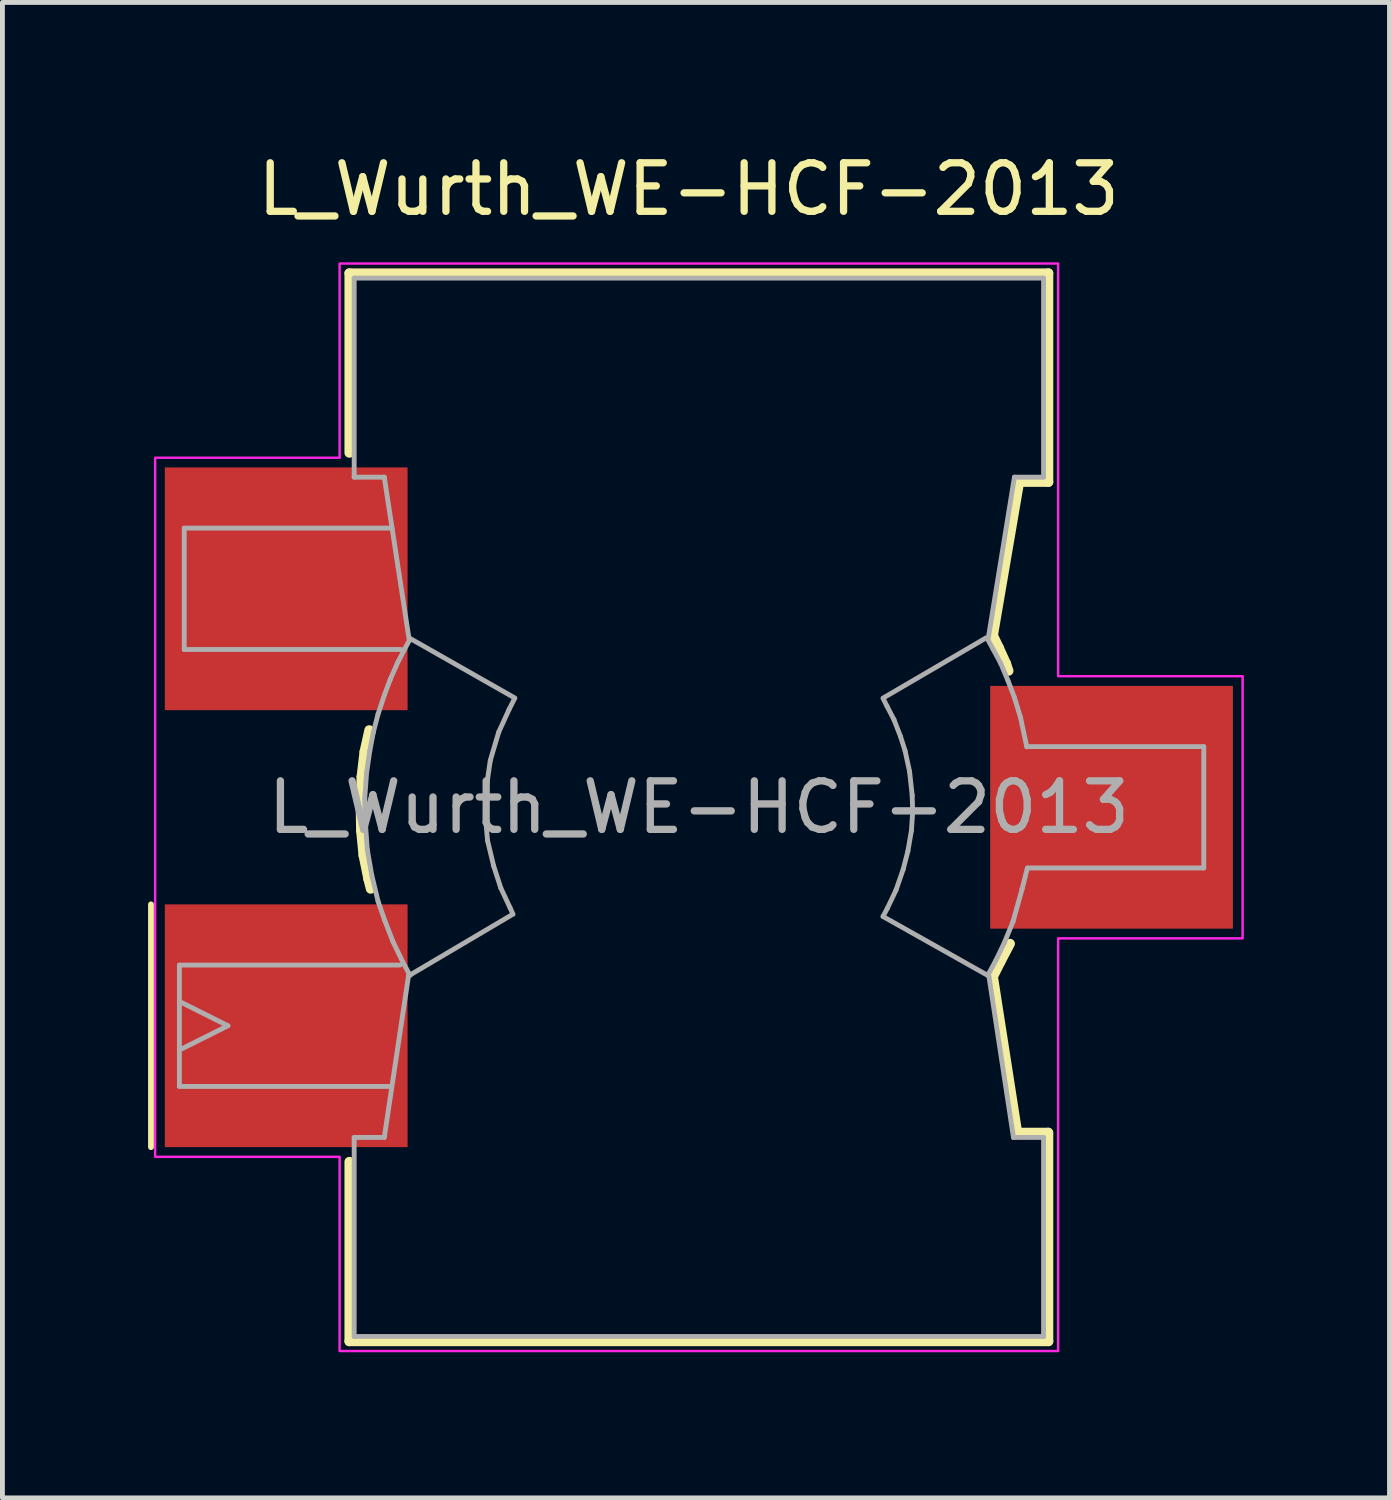
<source format=kicad_pcb>
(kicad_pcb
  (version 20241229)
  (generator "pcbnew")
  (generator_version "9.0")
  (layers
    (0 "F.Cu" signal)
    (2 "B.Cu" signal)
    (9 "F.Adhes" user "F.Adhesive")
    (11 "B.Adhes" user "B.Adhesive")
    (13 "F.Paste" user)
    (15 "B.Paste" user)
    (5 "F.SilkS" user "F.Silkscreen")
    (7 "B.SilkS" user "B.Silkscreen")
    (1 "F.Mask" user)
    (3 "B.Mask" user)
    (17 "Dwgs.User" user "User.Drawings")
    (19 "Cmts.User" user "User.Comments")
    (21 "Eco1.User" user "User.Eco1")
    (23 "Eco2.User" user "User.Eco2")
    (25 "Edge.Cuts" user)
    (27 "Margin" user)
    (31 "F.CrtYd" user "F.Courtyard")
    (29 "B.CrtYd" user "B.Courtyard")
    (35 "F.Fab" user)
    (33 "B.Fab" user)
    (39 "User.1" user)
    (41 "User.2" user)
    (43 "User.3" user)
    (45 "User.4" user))
  (footprint "L_Wurth_WE-HCF-2013"
    (layer "F.Cu")
    (at 11.345 13.578)
    (property "Reference" "L_Wurth_WE-HCF-2013" (at -0.21 -12.73 0) (layer "F.SilkS") (effects (font (size 1 1) (thickness 0.15))))
    (attr smd)
    (fp_line (start -11.285 2) (end -11.285 7) (stroke (width 0.12) (type default)) (layer "F.SilkS"))
    (fp_line (start -7.2 -11) (end -7.2 -7.3) (stroke (width 0.2) (type solid)) (layer "F.SilkS"))
    (fp_line (start -7.2 11) (end -7.2 7.3) (stroke (width 0.2) (type solid)) (layer "F.SilkS"))
    (fp_line (start -6.97 -0.05) (end -6.96 0.48) (stroke (width 0.2) (type solid)) (layer "F.SilkS"))
    (fp_line (start -6.96 0.48) (end -6.91 0.99) (stroke (width 0.2) (type solid)) (layer "F.SilkS"))
    (fp_line (start -6.95 -0.63) (end -6.97 -0.05) (stroke (width 0.2) (type solid)) (layer "F.SilkS"))
    (fp_line (start -6.91 0.99) (end -6.81 1.48) (stroke (width 0.2) (type solid)) (layer "F.SilkS"))
    (fp_line (start -6.89 -1.14) (end -6.95 -0.63) (stroke (width 0.2) (type solid)) (layer "F.SilkS"))
    (fp_line (start -6.81 1.48) (end -6.76 1.68) (stroke (width 0.2) (type solid)) (layer "F.SilkS"))
    (fp_line (start -6.79 -1.59) (end -6.89 -1.14) (stroke (width 0.2) (type solid)) (layer "F.SilkS"))
    (fp_line (start 6.06 -3.54) (end 6.18 -3.29) (stroke (width 0.2) (type solid)) (layer "F.SilkS"))
    (fp_line (start 6.06 3.49) (end 6.21 3.19) (stroke (width 0.2) (type solid)) (layer "F.SilkS"))
    (fp_line (start 6.18 -3.29) (end 6.33 -2.96) (stroke (width 0.2) (type solid)) (layer "F.SilkS"))
    (fp_line (start 6.21 3.19) (end 6.41 2.81) (stroke (width 0.2) (type solid)) (layer "F.SilkS"))
    (fp_line (start 6.33 -2.96) (end 6.38 -2.81) (stroke (width 0.2) (type solid)) (layer "F.SilkS"))
    (fp_line (start 6.56 6.7) (end 6.06 3.49) (stroke (width 0.2) (type solid)) (layer "F.SilkS"))
    (fp_line (start 6.6 -6.7) (end 6.06 -3.54) (stroke (width 0.2) (type solid)) (layer "F.SilkS"))
    (fp_line (start 7.19 6.7) (end 6.58 6.7) (stroke (width 0.2) (type solid)) (layer "F.SilkS"))
    (fp_line (start 7.2 -11) (end -7.2 -11) (stroke (width 0.2) (type solid)) (layer "F.SilkS"))
    (fp_line (start 7.2 -6.7) (end 6.6 -6.7) (stroke (width 0.2) (type solid)) (layer "F.SilkS"))
    (fp_line (start 7.2 -6.7) (end 7.2 -11) (stroke (width 0.2) (type solid)) (layer "F.SilkS"))
    (fp_line (start 7.2 6.7) (end 7.2 11) (stroke (width 0.2) (type solid)) (layer "F.SilkS"))
    (fp_line (start 7.2 11) (end -7.2 11) (stroke (width 0.2) (type solid)) (layer "F.SilkS"))
    (fp_poly (pts (xy 11.2 -2.7) (xy 11.2 2.7) (xy 7.4 2.7) (xy 7.4 11.2) (xy -7.4 11.2) (xy -7.4 7.2) (xy -11.2 7.2) (xy -11.2 -7.2) (xy -7.4 -7.2) (xy -7.4 -11.2) (xy 7.4 -11.2) (xy 7.4 -2.7)) (stroke (width 0.05) (type solid)) (fill no) (layer "F.CrtYd"))
    (fp_line (start -10.7 3.25) (end -10.7 5.75) (stroke (width 0.1) (type solid)) (layer "F.Fab"))
    (fp_line (start -10.7 4) (end -9.7 4.5) (stroke (width 0.1) (type default)) (layer "F.Fab"))
    (fp_line (start -10.7 5.75) (end -6.33 5.75) (stroke (width 0.1) (type solid)) (layer "F.Fab"))
    (fp_line (start -10.6 -5.75) (end -10.6 -3.25) (stroke (width 0.1) (type solid)) (layer "F.Fab"))
    (fp_line (start -10.6 -3.25) (end -6.14 -3.25) (stroke (width 0.1) (type solid)) (layer "F.Fab"))
    (fp_line (start -9.7 4.5) (end -10.7 5) (stroke (width 0.1) (type default)) (layer "F.Fab"))
    (fp_line (start -7.1 -10.9) (end -7.1 -6.8) (stroke (width 0.1) (type solid)) (layer "F.Fab"))
    (fp_line (start -7.1 6.8) (end -7.1 10.9) (stroke (width 0.1) (type solid)) (layer "F.Fab"))
    (fp_line (start -7.1 10.9) (end 7.1 10.9) (stroke (width 0.1) (type solid)) (layer "F.Fab"))
    (fp_line (start -6.882 -0.186) (end -6.874 0.252) (stroke (width 0.1) (type solid)) (layer "F.Fab"))
    (fp_line (start -6.874 0.252) (end -6.829 0.876) (stroke (width 0.1) (type solid)) (layer "F.Fab"))
    (fp_line (start -6.845 -0.703) (end -6.882 -0.186) (stroke (width 0.1) (type solid)) (layer "F.Fab"))
    (fp_line (start -6.829 0.876) (end -6.738 1.395) (stroke (width 0.1) (type solid)) (layer "F.Fab"))
    (fp_line (start -6.779 -1.158) (end -6.845 -0.703) (stroke (width 0.1) (type solid)) (layer "F.Fab"))
    (fp_line (start -6.738 1.395) (end -6.608 1.937) (stroke (width 0.1) (type solid)) (layer "F.Fab"))
    (fp_line (start -6.706 -1.541) (end -6.779 -1.158) (stroke (width 0.1) (type solid)) (layer "F.Fab"))
    (fp_line (start -6.609 -1.916) (end -6.706 -1.541) (stroke (width 0.1) (type solid)) (layer "F.Fab"))
    (fp_line (start -6.608 1.937) (end -6.467 2.34) (stroke (width 0.1) (type solid)) (layer "F.Fab"))
    (fp_line (start -6.48 -6.8) (end -7.1 -6.8) (stroke (width 0.1) (type solid)) (layer "F.Fab"))
    (fp_line (start -6.48 -6.8) (end -5.97 -3.47) (stroke (width 0.1) (type solid)) (layer "F.Fab"))
    (fp_line (start -6.48 6.8) (end -7.1 6.8) (stroke (width 0.1) (type solid)) (layer "F.Fab"))
    (fp_line (start -6.48 6.8) (end -5.976 3.442) (stroke (width 0.1) (type solid)) (layer "F.Fab"))
    (fp_line (start -6.475 -2.32) (end -6.609 -1.916) (stroke (width 0.1) (type solid)) (layer "F.Fab"))
    (fp_line (start -6.467 2.34) (end -6.303 2.762) (stroke (width 0.1) (type solid)) (layer "F.Fab"))
    (fp_line (start -6.357 -2.635) (end -6.475 -2.32) (stroke (width 0.1) (type solid)) (layer "F.Fab"))
    (fp_line (start -6.32 -5.75) (end -10.6 -5.75) (stroke (width 0.1) (type solid)) (layer "F.Fab"))
    (fp_line (start -6.303 2.762) (end -6.101 3.182) (stroke (width 0.1) (type solid)) (layer "F.Fab"))
    (fp_line (start -6.197 -2.995) (end -6.357 -2.635) (stroke (width 0.1) (type solid)) (layer "F.Fab"))
    (fp_line (start -6.157 3.25) (end -10.7 3.25) (stroke (width 0.1) (type solid)) (layer "F.Fab"))
    (fp_line (start -6.101 3.182) (end -5.949 3.464) (stroke (width 0.1) (type solid)) (layer "F.Fab"))
    (fp_line (start -6.06 -3.26) (end -6.197 -2.995) (stroke (width 0.1) (type solid)) (layer "F.Fab"))
    (fp_line (start -5.969 3.466) (end -3.869 2.225) (stroke (width 0.1) (type solid)) (layer "F.Fab"))
    (fp_line (start -5.955 -3.452) (end -6.06 -3.26) (stroke (width 0.1) (type solid)) (layer "F.Fab"))
    (fp_line (start -5.953 -3.48) (end -3.789 -2.25) (stroke (width 0.1) (type solid)) (layer "F.Fab"))
    (fp_line (start -4.396 0.213) (end -4.352 0.688) (stroke (width 0.1) (type solid)) (layer "F.Fab"))
    (fp_line (start -4.386 -0.349) (end -4.396 0.213) (stroke (width 0.1) (type solid)) (layer "F.Fab"))
    (fp_line (start -4.352 0.688) (end -4.228 1.205) (stroke (width 0.1) (type solid)) (layer "F.Fab"))
    (fp_line (start -4.296 -0.966) (end -4.386 -0.349) (stroke (width 0.1) (type solid)) (layer "F.Fab"))
    (fp_line (start -4.228 1.205) (end -4.081 1.659) (stroke (width 0.1) (type solid)) (layer "F.Fab"))
    (fp_line (start -4.123 -1.547) (end -4.296 -0.966) (stroke (width 0.1) (type solid)) (layer "F.Fab"))
    (fp_line (start -4.081 1.659) (end -3.89 2.068) (stroke (width 0.1) (type solid)) (layer "F.Fab"))
    (fp_line (start -3.91 -2.014) (end -4.123 -1.547) (stroke (width 0.1) (type solid)) (layer "F.Fab"))
    (fp_line (start -3.89 2.068) (end -3.827 2.205) (stroke (width 0.1) (type solid)) (layer "F.Fab"))
    (fp_line (start -3.797 -2.237) (end -3.91 -2.014) (stroke (width 0.1) (type solid)) (layer "F.Fab"))
    (fp_line (start 3.795 -2.242) (end 3.877 -2.078) (stroke (width 0.1) (type solid)) (layer "F.Fab"))
    (fp_line (start 3.877 -2.078) (end 4.019 -1.804) (stroke (width 0.1) (type solid)) (layer "F.Fab"))
    (fp_line (start 3.888 2.069) (end 3.793 2.249) (stroke (width 0.1) (type solid)) (layer "F.Fab"))
    (fp_line (start 4.019 -1.804) (end 4.152 -1.462) (stroke (width 0.1) (type solid)) (layer "F.Fab"))
    (fp_line (start 4.06 1.707) (end 3.888 2.069) (stroke (width 0.1) (type solid)) (layer "F.Fab"))
    (fp_line (start 4.152 -1.462) (end 4.247 -1.165) (stroke (width 0.1) (type solid)) (layer "F.Fab"))
    (fp_line (start 4.208 1.279) (end 4.06 1.707) (stroke (width 0.1) (type solid)) (layer "F.Fab"))
    (fp_line (start 4.247 -1.165) (end 4.34 -0.736) (stroke (width 0.1) (type solid)) (layer "F.Fab"))
    (fp_line (start 4.306 0.901) (end 4.208 1.279) (stroke (width 0.1) (type solid)) (layer "F.Fab"))
    (fp_line (start 4.34 -0.736) (end 4.394 -0.243) (stroke (width 0.1) (type solid)) (layer "F.Fab"))
    (fp_line (start 4.378 0.479) (end 4.306 0.901) (stroke (width 0.1) (type solid)) (layer "F.Fab"))
    (fp_line (start 4.394 -0.243) (end 4.404 0.101) (stroke (width 0.1) (type solid)) (layer "F.Fab"))
    (fp_line (start 4.404 0.101) (end 4.378 0.479) (stroke (width 0.1) (type solid)) (layer "F.Fab"))
    (fp_line (start 5.919 -3.491) (end 3.795 -2.25) (stroke (width 0.1) (type solid)) (layer "F.Fab"))
    (fp_line (start 5.941 -3.474) (end 6.06 -3.257) (stroke (width 0.1) (type solid)) (layer "F.Fab"))
    (fp_line (start 5.957 3.467) (end 3.793 2.25) (stroke (width 0.1) (type solid)) (layer "F.Fab"))
    (fp_line (start 6.06 -3.257) (end 6.218 -2.964) (stroke (width 0.1) (type solid)) (layer "F.Fab"))
    (fp_line (start 6.117 3.155) (end 5.953 3.457) (stroke (width 0.1) (type solid)) (layer "F.Fab"))
    (fp_line (start 6.218 -2.964) (end 6.366 -2.611) (stroke (width 0.1) (type solid)) (layer "F.Fab"))
    (fp_line (start 6.292 2.789) (end 6.117 3.155) (stroke (width 0.1) (type solid)) (layer "F.Fab"))
    (fp_line (start 6.366 -2.611) (end 6.498 -2.265) (stroke (width 0.1) (type solid)) (layer "F.Fab"))
    (fp_line (start 6.47 2.358) (end 6.292 2.789) (stroke (width 0.1) (type solid)) (layer "F.Fab"))
    (fp_line (start 6.48 6.8) (end 5.973 3.47) (stroke (width 0.1) (type solid)) (layer "F.Fab"))
    (fp_line (start 6.498 -2.265) (end 6.624 -1.855) (stroke (width 0.1) (type solid)) (layer "F.Fab"))
    (fp_line (start 6.5 -6.8) (end 5.959 -3.47) (stroke (width 0.1) (type solid)) (layer "F.Fab"))
    (fp_line (start 6.624 -1.855) (end 6.754 -1.245) (stroke (width 0.1) (type solid)) (layer "F.Fab"))
    (fp_line (start 6.657 1.686) (end 6.47 2.358) (stroke (width 0.1) (type solid)) (layer "F.Fab"))
    (fp_line (start 6.766 1.252) (end 6.657 1.686) (stroke (width 0.1) (type solid)) (layer "F.Fab"))
    (fp_line (start 7.1 -10.9) (end -7.1 -10.9) (stroke (width 0.1) (type solid)) (layer "F.Fab"))
    (fp_line (start 7.1 -6.8) (end 6.5 -6.8) (stroke (width 0.1) (type solid)) (layer "F.Fab"))
    (fp_line (start 7.1 -6.8) (end 7.1 -10.9) (stroke (width 0.1) (type solid)) (layer "F.Fab"))
    (fp_line (start 7.1 6.8) (end 6.48 6.8) (stroke (width 0.1) (type solid)) (layer "F.Fab"))
    (fp_line (start 7.1 10.9) (end 7.1 6.8) (stroke (width 0.1) (type solid)) (layer "F.Fab"))
    (fp_line (start 10.4 -1.25) (end 6.755 -1.25) (stroke (width 0.1) (type solid)) (layer "F.Fab"))
    (fp_line (start 10.4 -1.25) (end 10.4 1.25) (stroke (width 0.1) (type solid)) (layer "F.Fab"))
    (fp_line (start 10.4 1.25) (end 6.768 1.25) (stroke (width 0.1) (type solid)) (layer "F.Fab"))
    (fp_text user "${REFERENCE}" (at 0 0 0) (unlocked yes) (layer "F.Fab") (effects (font (size 1 1) (thickness 0.15))))
    (pad "1" smd rect (at -8.5 -4.5 270) (size 5 5) (layers "F.Cu" "F.Mask" "F.Paste"))
    (pad "2" smd rect (at -8.5 4.5 270) (size 5 5) (layers "F.Cu" "F.Mask" "F.Paste"))
    (pad "3" smd rect (at 8.5 0 270) (size 5 5) (layers "F.Cu" "F.Mask" "F.Paste")))
  (gr_rect
    (start -3 -3)
    (end 25.57 27.803)
    (stroke (width 0.1) (type default))
    (fill no)
    (layer "Edge.Cuts")))
</source>
